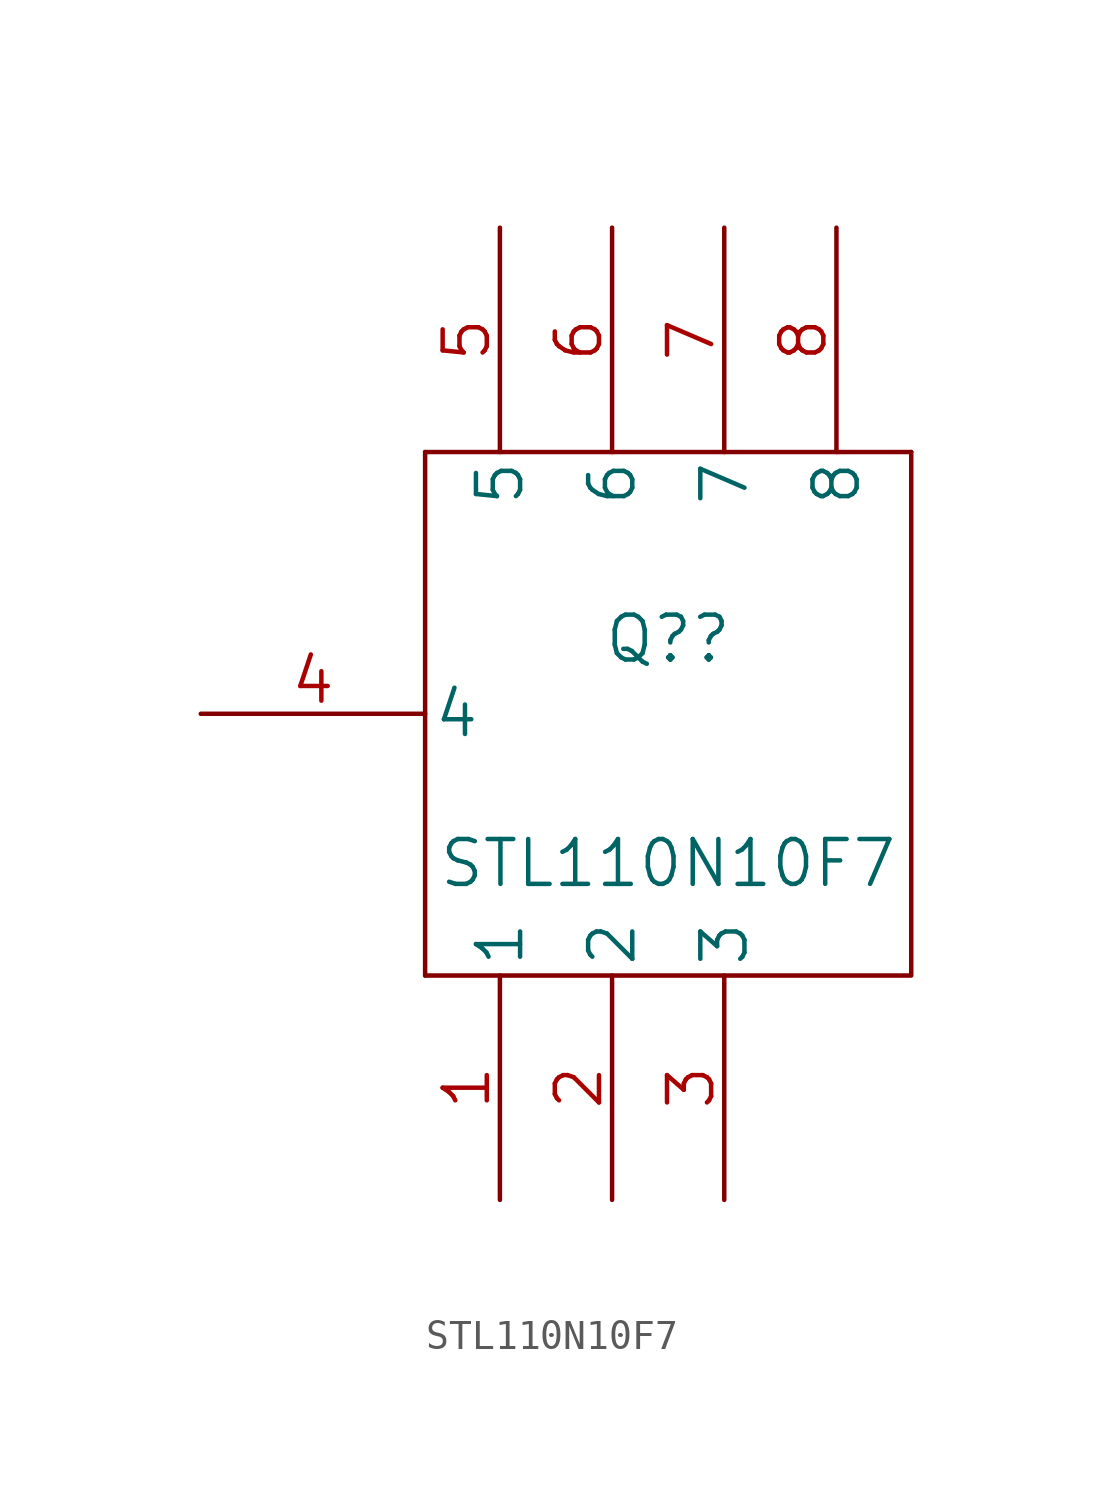
<source format=kicad_sym>
(kicad_symbol_lib
  (version 20210619)
  (generator kicad_symbol_editor)
  (symbol "STL110N10F7:STL110N10F7"
    (pin_names
      (offset 0.254))
    (property "Reference" "Q?"
      (at 18.415 -10.16 0)
      (effects (font (size 1.524 1.524))))
    (property "Value" "STL110N10F7"
      (at 18.415 -17.78 0)
      (effects (font (size 1.524 1.524))))
    (symbol "STL110N10F7_0_1"
      (polyline (pts (xy 10.16 -3.81) (xy 10.16 -21.59)) (stroke (width 0.152)) (fill (type none)))
      (polyline (pts (xy 26.67 -3.81) (xy 10.16 -3.81)) (stroke (width 0.152)) (fill (type none)))
      (polyline (pts (xy 26.67 -3.81) (xy 26.67 -21.59) (xy 10.16 -21.59)) (stroke (width 0.152)) (fill (type none))))
    (symbol "STL110N10F7_1_1"
      (pin passive line (at 12.7 -29.21 90) (length 7.62) (name "1" (effects (font (size 1.499 1.499)))) (number "1" (effects (font (size 1.499 1.499)))))
      (pin passive line (at 16.51 -29.21 90) (length 7.62) (name "2" (effects (font (size 1.499 1.499)))) (number "2" (effects (font (size 1.499 1.499)))))
      (pin passive line (at 20.32 -29.21 90) (length 7.62) (name "3" (effects (font (size 1.499 1.499)))) (number "3" (effects (font (size 1.499 1.499)))))
      (pin passive line (at 2.54 -12.7 0) (length 7.62) (name "4" (effects (font (size 1.499 1.499)))) (number "4" (effects (font (size 1.499 1.499)))))
      (pin passive line (at 12.7 3.81 270) (length 7.62) (name "5" (effects (font (size 1.499 1.499)))) (number "5" (effects (font (size 1.499 1.499)))))
      (pin passive line (at 16.51 3.81 270) (length 7.62) (name "6" (effects (font (size 1.499 1.499)))) (number "6" (effects (font (size 1.499 1.499)))))
      (pin passive line (at 20.32 3.81 270) (length 7.62) (name "7" (effects (font (size 1.499 1.499)))) (number "7" (effects (font (size 1.499 1.499)))))
      (pin passive line (at 24.13 3.81 270) (length 7.62) (name "8" (effects (font (size 1.499 1.499)))) (number "8" (effects (font (size 1.499 1.499))))))))
</source>
